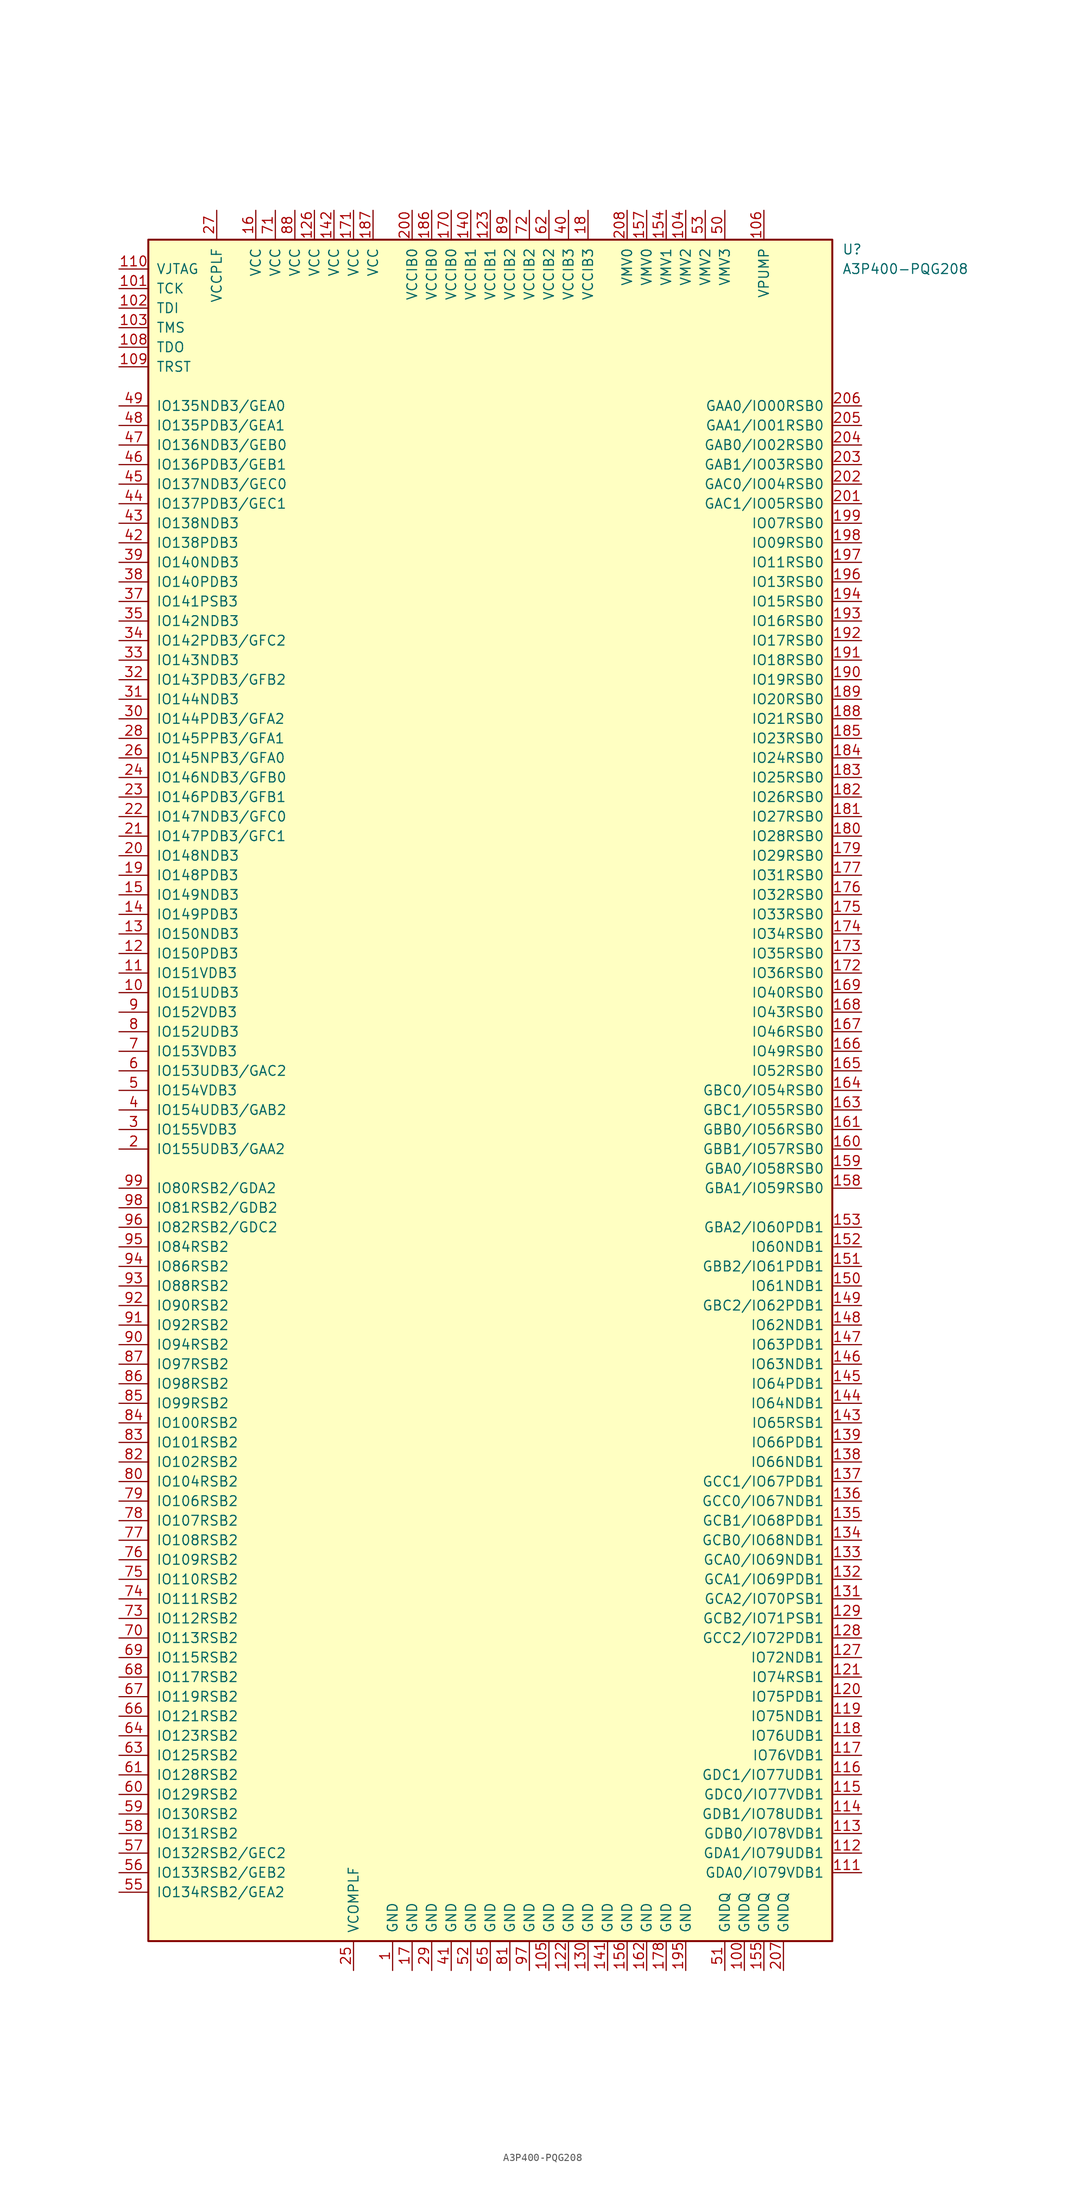
<source format=kicad_sym>
(kicad_symbol_lib
  (version 20241209)
  (generator "kicad_symbol_editor")
  (generator_version "9.0")
  (symbol "A3P400-PQG208"
    (pin_names
      (offset 1.016))
    (property "Reference" "U"
      (at 45.72 109.22 0)
      (effects (font (size 1.27 1.27)) (justify left)))
    (property "Value" "A3P400-PQG208"
      (at 45.72 106.68 0)
      (effects (font (size 1.27 1.27)) (justify left)))
    (symbol "A3P400-PQG208_1_0"
      (rectangle (start -44.45 -110.49) (end 44.45 110.49) (stroke (width 0.254) (type default)) (fill (type background))))
    (symbol "A3P400-PQG208_1_1"
      (pin power_in line (at -48.26 106.68 0) (length 3.81) (name "VJTAG" (effects (font (size 1.27 1.27)))) (number "110" (effects (font (size 1.27 1.27)))))
      (pin bidirectional line (at -48.26 104.14 0) (length 3.81) (name "TCK" (effects (font (size 1.27 1.27)))) (number "101" (effects (font (size 1.27 1.27)))))
      (pin bidirectional line (at -48.26 101.6 0) (length 3.81) (name "TDI" (effects (font (size 1.27 1.27)))) (number "102" (effects (font (size 1.27 1.27)))))
      (pin bidirectional line (at -48.26 99.06 0) (length 3.81) (name "TMS" (effects (font (size 1.27 1.27)))) (number "103" (effects (font (size 1.27 1.27)))))
      (pin bidirectional line (at -48.26 96.52 0) (length 3.81) (name "TDO" (effects (font (size 1.27 1.27)))) (number "108" (effects (font (size 1.27 1.27)))))
      (pin bidirectional line (at -48.26 93.98 0) (length 3.81) (name "TRST" (effects (font (size 1.27 1.27)))) (number "109" (effects (font (size 1.27 1.27)))))
      (pin bidirectional line (at -48.26 88.9 0) (length 3.81) (name "IO135NDB3/GEA0" (effects (font (size 1.27 1.27)))) (number "49" (effects (font (size 1.27 1.27)))))
      (pin bidirectional line (at -48.26 86.36 0) (length 3.81) (name "IO135PDB3/GEA1" (effects (font (size 1.27 1.27)))) (number "48" (effects (font (size 1.27 1.27)))))
      (pin bidirectional line (at -48.26 83.82 0) (length 3.81) (name "IO136NDB3/GEB0" (effects (font (size 1.27 1.27)))) (number "47" (effects (font (size 1.27 1.27)))))
      (pin bidirectional line (at -48.26 81.28 0) (length 3.81) (name "IO136PDB3/GEB1" (effects (font (size 1.27 1.27)))) (number "46" (effects (font (size 1.27 1.27)))))
      (pin bidirectional line (at -48.26 78.74 0) (length 3.81) (name "IO137NDB3/GEC0" (effects (font (size 1.27 1.27)))) (number "45" (effects (font (size 1.27 1.27)))))
      (pin bidirectional line (at -48.26 76.2 0) (length 3.81) (name "IO137PDB3/GEC1" (effects (font (size 1.27 1.27)))) (number "44" (effects (font (size 1.27 1.27)))))
      (pin bidirectional line (at -48.26 73.66 0) (length 3.81) (name "IO138NDB3" (effects (font (size 1.27 1.27)))) (number "43" (effects (font (size 1.27 1.27)))))
      (pin bidirectional line (at -48.26 71.12 0) (length 3.81) (name "IO138PDB3" (effects (font (size 1.27 1.27)))) (number "42" (effects (font (size 1.27 1.27)))))
      (pin bidirectional line (at -48.26 68.58 0) (length 3.81) (name "IO140NDB3" (effects (font (size 1.27 1.27)))) (number "39" (effects (font (size 1.27 1.27)))))
      (pin bidirectional line (at -48.26 66.04 0) (length 3.81) (name "IO140PDB3" (effects (font (size 1.27 1.27)))) (number "38" (effects (font (size 1.27 1.27)))))
      (pin bidirectional line (at -48.26 63.5 0) (length 3.81) (name "IO141PSB3" (effects (font (size 1.27 1.27)))) (number "37" (effects (font (size 1.27 1.27)))))
      (pin bidirectional line (at -48.26 60.96 0) (length 3.81) (name "IO142NDB3" (effects (font (size 1.27 1.27)))) (number "35" (effects (font (size 1.27 1.27)))))
      (pin bidirectional line (at -48.26 58.42 0) (length 3.81) (name "IO142PDB3/GFC2" (effects (font (size 1.27 1.27)))) (number "34" (effects (font (size 1.27 1.27)))))
      (pin bidirectional line (at -48.26 55.88 0) (length 3.81) (name "IO143NDB3" (effects (font (size 1.27 1.27)))) (number "33" (effects (font (size 1.27 1.27)))))
      (pin bidirectional line (at -48.26 53.34 0) (length 3.81) (name "IO143PDB3/GFB2" (effects (font (size 1.27 1.27)))) (number "32" (effects (font (size 1.27 1.27)))))
      (pin bidirectional line (at -48.26 50.8 0) (length 3.81) (name "IO144NDB3" (effects (font (size 1.27 1.27)))) (number "31" (effects (font (size 1.27 1.27)))))
      (pin bidirectional line (at -48.26 48.26 0) (length 3.81) (name "IO144PDB3/GFA2" (effects (font (size 1.27 1.27)))) (number "30" (effects (font (size 1.27 1.27)))))
      (pin bidirectional line (at -48.26 45.72 0) (length 3.81) (name "IO145PPB3/GFA1" (effects (font (size 1.27 1.27)))) (number "28" (effects (font (size 1.27 1.27)))))
      (pin bidirectional line (at -48.26 43.18 0) (length 3.81) (name "IO145NPB3/GFA0" (effects (font (size 1.27 1.27)))) (number "26" (effects (font (size 1.27 1.27)))))
      (pin bidirectional line (at -48.26 40.64 0) (length 3.81) (name "IO146NDB3/GFB0" (effects (font (size 1.27 1.27)))) (number "24" (effects (font (size 1.27 1.27)))))
      (pin bidirectional line (at -48.26 38.1 0) (length 3.81) (name "IO146PDB3/GFB1" (effects (font (size 1.27 1.27)))) (number "23" (effects (font (size 1.27 1.27)))))
      (pin bidirectional line (at -48.26 35.56 0) (length 3.81) (name "IO147NDB3/GFC0" (effects (font (size 1.27 1.27)))) (number "22" (effects (font (size 1.27 1.27)))))
      (pin bidirectional line (at -48.26 33.02 0) (length 3.81) (name "IO147PDB3/GFC1" (effects (font (size 1.27 1.27)))) (number "21" (effects (font (size 1.27 1.27)))))
      (pin bidirectional line (at -48.26 30.48 0) (length 3.81) (name "IO148NDB3" (effects (font (size 1.27 1.27)))) (number "20" (effects (font (size 1.27 1.27)))))
      (pin bidirectional line (at -48.26 27.94 0) (length 3.81) (name "IO148PDB3" (effects (font (size 1.27 1.27)))) (number "19" (effects (font (size 1.27 1.27)))))
      (pin bidirectional line (at -48.26 25.4 0) (length 3.81) (name "IO149NDB3" (effects (font (size 1.27 1.27)))) (number "15" (effects (font (size 1.27 1.27)))))
      (pin bidirectional line (at -48.26 22.86 0) (length 3.81) (name "IO149PDB3" (effects (font (size 1.27 1.27)))) (number "14" (effects (font (size 1.27 1.27)))))
      (pin bidirectional line (at -48.26 20.32 0) (length 3.81) (name "IO150NDB3" (effects (font (size 1.27 1.27)))) (number "13" (effects (font (size 1.27 1.27)))))
      (pin bidirectional line (at -48.26 17.78 0) (length 3.81) (name "IO150PDB3" (effects (font (size 1.27 1.27)))) (number "12" (effects (font (size 1.27 1.27)))))
      (pin bidirectional line (at -48.26 15.24 0) (length 3.81) (name "IO151VDB3" (effects (font (size 1.27 1.27)))) (number "11" (effects (font (size 1.27 1.27)))))
      (pin bidirectional line (at -48.26 12.7 0) (length 3.81) (name "IO151UDB3" (effects (font (size 1.27 1.27)))) (number "10" (effects (font (size 1.27 1.27)))))
      (pin bidirectional line (at -48.26 10.16 0) (length 3.81) (name "IO152VDB3" (effects (font (size 1.27 1.27)))) (number "9" (effects (font (size 1.27 1.27)))))
      (pin bidirectional line (at -48.26 7.62 0) (length 3.81) (name "IO152UDB3" (effects (font (size 1.27 1.27)))) (number "8" (effects (font (size 1.27 1.27)))))
      (pin bidirectional line (at -48.26 5.08 0) (length 3.81) (name "IO153VDB3" (effects (font (size 1.27 1.27)))) (number "7" (effects (font (size 1.27 1.27)))))
      (pin bidirectional line (at -48.26 2.54 0) (length 3.81) (name "IO153UDB3/GAC2" (effects (font (size 1.27 1.27)))) (number "6" (effects (font (size 1.27 1.27)))))
      (pin bidirectional line (at -48.26 0 0) (length 3.81) (name "IO154VDB3" (effects (font (size 1.27 1.27)))) (number "5" (effects (font (size 1.27 1.27)))))
      (pin bidirectional line (at -48.26 -2.54 0) (length 3.81) (name "IO154UDB3/GAB2" (effects (font (size 1.27 1.27)))) (number "4" (effects (font (size 1.27 1.27)))))
      (pin bidirectional line (at -48.26 -5.08 0) (length 3.81) (name "IO155VDB3" (effects (font (size 1.27 1.27)))) (number "3" (effects (font (size 1.27 1.27)))))
      (pin bidirectional line (at -48.26 -7.62 0) (length 3.81) (name "IO155UDB3/GAA2" (effects (font (size 1.27 1.27)))) (number "2" (effects (font (size 1.27 1.27)))))
      (pin bidirectional line (at -48.26 -12.7 0) (length 3.81) (name "IO80RSB2/GDA2" (effects (font (size 1.27 1.27)))) (number "99" (effects (font (size 1.27 1.27)))))
      (pin bidirectional line (at -48.26 -15.24 0) (length 3.81) (name "IO81RSB2/GDB2" (effects (font (size 1.27 1.27)))) (number "98" (effects (font (size 1.27 1.27)))))
      (pin bidirectional line (at -48.26 -17.78 0) (length 3.81) (name "IO82RSB2/GDC2" (effects (font (size 1.27 1.27)))) (number "96" (effects (font (size 1.27 1.27)))))
      (pin bidirectional line (at -48.26 -20.32 0) (length 3.81) (name "IO84RSB2" (effects (font (size 1.27 1.27)))) (number "95" (effects (font (size 1.27 1.27)))))
      (pin bidirectional line (at -48.26 -22.86 0) (length 3.81) (name "IO86RSB2" (effects (font (size 1.27 1.27)))) (number "94" (effects (font (size 1.27 1.27)))))
      (pin bidirectional line (at -48.26 -25.4 0) (length 3.81) (name "IO88RSB2" (effects (font (size 1.27 1.27)))) (number "93" (effects (font (size 1.27 1.27)))))
      (pin bidirectional line (at -48.26 -27.94 0) (length 3.81) (name "IO90RSB2" (effects (font (size 1.27 1.27)))) (number "92" (effects (font (size 1.27 1.27)))))
      (pin bidirectional line (at -48.26 -30.48 0) (length 3.81) (name "IO92RSB2" (effects (font (size 1.27 1.27)))) (number "91" (effects (font (size 1.27 1.27)))))
      (pin bidirectional line (at -48.26 -33.02 0) (length 3.81) (name "IO94RSB2" (effects (font (size 1.27 1.27)))) (number "90" (effects (font (size 1.27 1.27)))))
      (pin bidirectional line (at -48.26 -35.56 0) (length 3.81) (name "IO97RSB2" (effects (font (size 1.27 1.27)))) (number "87" (effects (font (size 1.27 1.27)))))
      (pin bidirectional line (at -48.26 -38.1 0) (length 3.81) (name "IO98RSB2" (effects (font (size 1.27 1.27)))) (number "86" (effects (font (size 1.27 1.27)))))
      (pin bidirectional line (at -48.26 -40.64 0) (length 3.81) (name "IO99RSB2" (effects (font (size 1.27 1.27)))) (number "85" (effects (font (size 1.27 1.27)))))
      (pin bidirectional line (at -48.26 -43.18 0) (length 3.81) (name "IO100RSB2" (effects (font (size 1.27 1.27)))) (number "84" (effects (font (size 1.27 1.27)))))
      (pin bidirectional line (at -48.26 -45.72 0) (length 3.81) (name "IO101RSB2" (effects (font (size 1.27 1.27)))) (number "83" (effects (font (size 1.27 1.27)))))
      (pin bidirectional line (at -48.26 -48.26 0) (length 3.81) (name "IO102RSB2" (effects (font (size 1.27 1.27)))) (number "82" (effects (font (size 1.27 1.27)))))
      (pin bidirectional line (at -48.26 -50.8 0) (length 3.81) (name "IO104RSB2" (effects (font (size 1.27 1.27)))) (number "80" (effects (font (size 1.27 1.27)))))
      (pin bidirectional line (at -48.26 -53.34 0) (length 3.81) (name "IO106RSB2" (effects (font (size 1.27 1.27)))) (number "79" (effects (font (size 1.27 1.27)))))
      (pin bidirectional line (at -48.26 -55.88 0) (length 3.81) (name "IO107RSB2" (effects (font (size 1.27 1.27)))) (number "78" (effects (font (size 1.27 1.27)))))
      (pin bidirectional line (at -48.26 -58.42 0) (length 3.81) (name "IO108RSB2" (effects (font (size 1.27 1.27)))) (number "77" (effects (font (size 1.27 1.27)))))
      (pin bidirectional line (at -48.26 -60.96 0) (length 3.81) (name "IO109RSB2" (effects (font (size 1.27 1.27)))) (number "76" (effects (font (size 1.27 1.27)))))
      (pin bidirectional line (at -48.26 -63.5 0) (length 3.81) (name "IO110RSB2" (effects (font (size 1.27 1.27)))) (number "75" (effects (font (size 1.27 1.27)))))
      (pin bidirectional line (at -48.26 -66.04 0) (length 3.81) (name "IO111RSB2" (effects (font (size 1.27 1.27)))) (number "74" (effects (font (size 1.27 1.27)))))
      (pin bidirectional line (at -48.26 -68.58 0) (length 3.81) (name "IO112RSB2" (effects (font (size 1.27 1.27)))) (number "73" (effects (font (size 1.27 1.27)))))
      (pin bidirectional line (at -48.26 -71.12 0) (length 3.81) (name "IO113RSB2" (effects (font (size 1.27 1.27)))) (number "70" (effects (font (size 1.27 1.27)))))
      (pin bidirectional line (at -48.26 -73.66 0) (length 3.81) (name "IO115RSB2" (effects (font (size 1.27 1.27)))) (number "69" (effects (font (size 1.27 1.27)))))
      (pin bidirectional line (at -48.26 -76.2 0) (length 3.81) (name "IO117RSB2" (effects (font (size 1.27 1.27)))) (number "68" (effects (font (size 1.27 1.27)))))
      (pin bidirectional line (at -48.26 -78.74 0) (length 3.81) (name "IO119RSB2" (effects (font (size 1.27 1.27)))) (number "67" (effects (font (size 1.27 1.27)))))
      (pin bidirectional line (at -48.26 -81.28 0) (length 3.81) (name "IO121RSB2" (effects (font (size 1.27 1.27)))) (number "66" (effects (font (size 1.27 1.27)))))
      (pin bidirectional line (at -48.26 -83.82 0) (length 3.81) (name "IO123RSB2" (effects (font (size 1.27 1.27)))) (number "64" (effects (font (size 1.27 1.27)))))
      (pin bidirectional line (at -48.26 -86.36 0) (length 3.81) (name "IO125RSB2" (effects (font (size 1.27 1.27)))) (number "63" (effects (font (size 1.27 1.27)))))
      (pin bidirectional line (at -48.26 -88.9 0) (length 3.81) (name "IO128RSB2" (effects (font (size 1.27 1.27)))) (number "61" (effects (font (size 1.27 1.27)))))
      (pin bidirectional line (at -48.26 -91.44 0) (length 3.81) (name "IO129RSB2" (effects (font (size 1.27 1.27)))) (number "60" (effects (font (size 1.27 1.27)))))
      (pin bidirectional line (at -48.26 -93.98 0) (length 3.81) (name "IO130RSB2" (effects (font (size 1.27 1.27)))) (number "59" (effects (font (size 1.27 1.27)))))
      (pin bidirectional line (at -48.26 -96.52 0) (length 3.81) (name "IO131RSB2" (effects (font (size 1.27 1.27)))) (number "58" (effects (font (size 1.27 1.27)))))
      (pin bidirectional line (at -48.26 -99.06 0) (length 3.81) (name "IO132RSB2/GEC2" (effects (font (size 1.27 1.27)))) (number "57" (effects (font (size 1.27 1.27)))))
      (pin bidirectional line (at -48.26 -101.6 0) (length 3.81) (name "IO133RSB2/GEB2" (effects (font (size 1.27 1.27)))) (number "56" (effects (font (size 1.27 1.27)))))
      (pin bidirectional line (at -48.26 -104.14 0) (length 3.81) (name "IO134RSB2/GEA2" (effects (font (size 1.27 1.27)))) (number "55" (effects (font (size 1.27 1.27)))))
      (pin power_in line (at -35.56 114.3 270) (length 3.81) (name "VCCPLF" (effects (font (size 1.27 1.27)))) (number "27" (effects (font (size 1.27 1.27)))))
      (pin power_in line (at -30.48 114.3 270) (length 3.81) (name "VCC" (effects (font (size 1.27 1.27)))) (number "16" (effects (font (size 1.27 1.27)))))
      (pin power_in line (at -27.94 114.3 270) (length 3.81) (name "VCC" (effects (font (size 1.27 1.27)))) (number "71" (effects (font (size 1.27 1.27)))))
      (pin power_in line (at -25.4 114.3 270) (length 3.81) (name "VCC" (effects (font (size 1.27 1.27)))) (number "88" (effects (font (size 1.27 1.27)))))
      (pin power_in line (at -22.86 114.3 270) (length 3.81) (name "VCC" (effects (font (size 1.27 1.27)))) (number "126" (effects (font (size 1.27 1.27)))))
      (pin power_in line (at -20.32 114.3 270) (length 3.81) (name "VCC" (effects (font (size 1.27 1.27)))) (number "142" (effects (font (size 1.27 1.27)))))
      (pin power_in line (at -17.78 114.3 270) (length 3.81) (name "VCC" (effects (font (size 1.27 1.27)))) (number "171" (effects (font (size 1.27 1.27)))))
      (pin power_in line (at -17.78 -114.3 90) (length 3.81) (name "VCOMPLF" (effects (font (size 1.27 1.27)))) (number "25" (effects (font (size 1.27 1.27)))))
      (pin power_in line (at -15.24 114.3 270) (length 3.81) (name "VCC" (effects (font (size 1.27 1.27)))) (number "187" (effects (font (size 1.27 1.27)))))
      (pin power_in line (at -12.7 -114.3 90) (length 3.81) (name "GND" (effects (font (size 1.27 1.27)))) (number "1" (effects (font (size 1.27 1.27)))))
      (pin power_in line (at -10.16 114.3 270) (length 3.81) (name "VCCIB0" (effects (font (size 1.27 1.27)))) (number "200" (effects (font (size 1.27 1.27)))))
      (pin power_in line (at -10.16 -114.3 90) (length 3.81) (name "GND" (effects (font (size 1.27 1.27)))) (number "17" (effects (font (size 1.27 1.27)))))
      (pin power_in line (at -7.62 114.3 270) (length 3.81) (name "VCCIB0" (effects (font (size 1.27 1.27)))) (number "186" (effects (font (size 1.27 1.27)))))
      (pin power_in line (at -7.62 -114.3 90) (length 3.81) (name "GND" (effects (font (size 1.27 1.27)))) (number "29" (effects (font (size 1.27 1.27)))))
      (pin power_in line (at -5.08 114.3 270) (length 3.81) (name "VCCIB0" (effects (font (size 1.27 1.27)))) (number "170" (effects (font (size 1.27 1.27)))))
      (pin power_in line (at -5.08 -114.3 90) (length 3.81) (name "GND" (effects (font (size 1.27 1.27)))) (number "41" (effects (font (size 1.27 1.27)))))
      (pin power_in line (at -2.54 114.3 270) (length 3.81) (name "VCCIB1" (effects (font (size 1.27 1.27)))) (number "140" (effects (font (size 1.27 1.27)))))
      (pin power_in line (at -2.54 -114.3 90) (length 3.81) (name "GND" (effects (font (size 1.27 1.27)))) (number "52" (effects (font (size 1.27 1.27)))))
      (pin power_in line (at 0 114.3 270) (length 3.81) (name "VCCIB1" (effects (font (size 1.27 1.27)))) (number "123" (effects (font (size 1.27 1.27)))))
      (pin power_in line (at 0 -114.3 90) (length 3.81) (name "GND" (effects (font (size 1.27 1.27)))) (number "65" (effects (font (size 1.27 1.27)))))
      (pin power_in line (at 2.54 114.3 270) (length 3.81) (name "VCCIB2" (effects (font (size 1.27 1.27)))) (number "89" (effects (font (size 1.27 1.27)))))
      (pin power_in line (at 2.54 -114.3 90) (length 3.81) (name "GND" (effects (font (size 1.27 1.27)))) (number "81" (effects (font (size 1.27 1.27)))))
      (pin power_in line (at 5.08 114.3 270) (length 3.81) (name "VCCIB2" (effects (font (size 1.27 1.27)))) (number "72" (effects (font (size 1.27 1.27)))))
      (pin power_in line (at 5.08 -114.3 90) (length 3.81) (name "GND" (effects (font (size 1.27 1.27)))) (number "97" (effects (font (size 1.27 1.27)))))
      (pin power_in line (at 7.62 114.3 270) (length 3.81) (name "VCCIB2" (effects (font (size 1.27 1.27)))) (number "62" (effects (font (size 1.27 1.27)))))
      (pin power_in line (at 7.62 -114.3 90) (length 3.81) (name "GND" (effects (font (size 1.27 1.27)))) (number "105" (effects (font (size 1.27 1.27)))))
      (pin power_in line (at 10.16 114.3 270) (length 3.81) (name "VCCIB3" (effects (font (size 1.27 1.27)))) (number "40" (effects (font (size 1.27 1.27)))))
      (pin power_in line (at 10.16 -114.3 90) (length 3.81) (name "GND" (effects (font (size 1.27 1.27)))) (number "122" (effects (font (size 1.27 1.27)))))
      (pin power_in line (at 12.7 114.3 270) (length 3.81) (name "VCCIB3" (effects (font (size 1.27 1.27)))) (number "18" (effects (font (size 1.27 1.27)))))
      (pin power_in line (at 12.7 -114.3 90) (length 3.81) (name "GND" (effects (font (size 1.27 1.27)))) (number "130" (effects (font (size 1.27 1.27)))))
      (pin power_in line (at 15.24 -114.3 90) (length 3.81) (name "GND" (effects (font (size 1.27 1.27)))) (number "141" (effects (font (size 1.27 1.27)))))
      (pin power_in line (at 17.78 114.3 270) (length 3.81) (name "VMV0" (effects (font (size 1.27 1.27)))) (number "208" (effects (font (size 1.27 1.27)))))
      (pin power_in line (at 17.78 -114.3 90) (length 3.81) (name "GND" (effects (font (size 1.27 1.27)))) (number "156" (effects (font (size 1.27 1.27)))))
      (pin power_in line (at 20.32 114.3 270) (length 3.81) (name "VMV0" (effects (font (size 1.27 1.27)))) (number "157" (effects (font (size 1.27 1.27)))))
      (pin power_in line (at 20.32 -114.3 90) (length 3.81) (name "GND" (effects (font (size 1.27 1.27)))) (number "162" (effects (font (size 1.27 1.27)))))
      (pin power_in line (at 22.86 114.3 270) (length 3.81) (name "VMV1" (effects (font (size 1.27 1.27)))) (number "154" (effects (font (size 1.27 1.27)))))
      (pin power_in line (at 22.86 -114.3 90) (length 3.81) (name "GND" (effects (font (size 1.27 1.27)))) (number "178" (effects (font (size 1.27 1.27)))))
      (pin power_in line (at 25.4 114.3 270) (length 3.81) (name "VMV2" (effects (font (size 1.27 1.27)))) (number "104" (effects (font (size 1.27 1.27)))))
      (pin power_in line (at 25.4 -114.3 90) (length 3.81) (name "GND" (effects (font (size 1.27 1.27)))) (number "195" (effects (font (size 1.27 1.27)))))
      (pin power_in line (at 27.94 114.3 270) (length 3.81) (name "VMV2" (effects (font (size 1.27 1.27)))) (number "53" (effects (font (size 1.27 1.27)))))
      (pin power_in line (at 30.48 114.3 270) (length 3.81) (name "VMV3" (effects (font (size 1.27 1.27)))) (number "50" (effects (font (size 1.27 1.27)))))
      (pin power_in line (at 30.48 -114.3 90) (length 3.81) (name "GNDQ" (effects (font (size 1.27 1.27)))) (number "51" (effects (font (size 1.27 1.27)))))
      (pin power_in line (at 33.02 -114.3 90) (length 3.81) (name "GNDQ" (effects (font (size 1.27 1.27)))) (number "100" (effects (font (size 1.27 1.27)))))
      (pin power_in line (at 35.56 114.3 270) (length 3.81) (name "VPUMP" (effects (font (size 1.27 1.27)))) (number "106" (effects (font (size 1.27 1.27)))))
      (pin power_in line (at 35.56 -114.3 90) (length 3.81) (name "GNDQ" (effects (font (size 1.27 1.27)))) (number "155" (effects (font (size 1.27 1.27)))))
      (pin power_in line (at 38.1 -114.3 90) (length 3.81) (name "GNDQ" (effects (font (size 1.27 1.27)))) (number "207" (effects (font (size 1.27 1.27)))))
      (pin bidirectional line (at 48.26 88.9 180) (length 3.81) (name "GAA0/IO00RSB0" (effects (font (size 1.27 1.27)))) (number "206" (effects (font (size 1.27 1.27)))))
      (pin bidirectional line (at 48.26 86.36 180) (length 3.81) (name "GAA1/IO01RSB0" (effects (font (size 1.27 1.27)))) (number "205" (effects (font (size 1.27 1.27)))))
      (pin bidirectional line (at 48.26 83.82 180) (length 3.81) (name "GAB0/IO02RSB0" (effects (font (size 1.27 1.27)))) (number "204" (effects (font (size 1.27 1.27)))))
      (pin bidirectional line (at 48.26 81.28 180) (length 3.81) (name "GAB1/IO03RSB0" (effects (font (size 1.27 1.27)))) (number "203" (effects (font (size 1.27 1.27)))))
      (pin bidirectional line (at 48.26 78.74 180) (length 3.81) (name "GAC0/IO04RSB0" (effects (font (size 1.27 1.27)))) (number "202" (effects (font (size 1.27 1.27)))))
      (pin bidirectional line (at 48.26 76.2 180) (length 3.81) (name "GAC1/IO05RSB0" (effects (font (size 1.27 1.27)))) (number "201" (effects (font (size 1.27 1.27)))))
      (pin bidirectional line (at 48.26 73.66 180) (length 3.81) (name "IO07RSB0" (effects (font (size 1.27 1.27)))) (number "199" (effects (font (size 1.27 1.27)))))
      (pin bidirectional line (at 48.26 71.12 180) (length 3.81) (name "IO09RSB0" (effects (font (size 1.27 1.27)))) (number "198" (effects (font (size 1.27 1.27)))))
      (pin bidirectional line (at 48.26 68.58 180) (length 3.81) (name "IO11RSB0" (effects (font (size 1.27 1.27)))) (number "197" (effects (font (size 1.27 1.27)))))
      (pin bidirectional line (at 48.26 66.04 180) (length 3.81) (name "IO13RSB0" (effects (font (size 1.27 1.27)))) (number "196" (effects (font (size 1.27 1.27)))))
      (pin bidirectional line (at 48.26 63.5 180) (length 3.81) (name "IO15RSB0" (effects (font (size 1.27 1.27)))) (number "194" (effects (font (size 1.27 1.27)))))
      (pin bidirectional line (at 48.26 60.96 180) (length 3.81) (name "IO16RSB0" (effects (font (size 1.27 1.27)))) (number "193" (effects (font (size 1.27 1.27)))))
      (pin bidirectional line (at 48.26 58.42 180) (length 3.81) (name "IO17RSB0" (effects (font (size 1.27 1.27)))) (number "192" (effects (font (size 1.27 1.27)))))
      (pin bidirectional line (at 48.26 55.88 180) (length 3.81) (name "IO18RSB0" (effects (font (size 1.27 1.27)))) (number "191" (effects (font (size 1.27 1.27)))))
      (pin bidirectional line (at 48.26 53.34 180) (length 3.81) (name "IO19RSB0" (effects (font (size 1.27 1.27)))) (number "190" (effects (font (size 1.27 1.27)))))
      (pin bidirectional line (at 48.26 50.8 180) (length 3.81) (name "IO20RSB0" (effects (font (size 1.27 1.27)))) (number "189" (effects (font (size 1.27 1.27)))))
      (pin bidirectional line (at 48.26 48.26 180) (length 3.81) (name "IO21RSB0" (effects (font (size 1.27 1.27)))) (number "188" (effects (font (size 1.27 1.27)))))
      (pin bidirectional line (at 48.26 45.72 180) (length 3.81) (name "IO23RSB0" (effects (font (size 1.27 1.27)))) (number "185" (effects (font (size 1.27 1.27)))))
      (pin bidirectional line (at 48.26 43.18 180) (length 3.81) (name "IO24RSB0" (effects (font (size 1.27 1.27)))) (number "184" (effects (font (size 1.27 1.27)))))
      (pin bidirectional line (at 48.26 40.64 180) (length 3.81) (name "IO25RSB0" (effects (font (size 1.27 1.27)))) (number "183" (effects (font (size 1.27 1.27)))))
      (pin bidirectional line (at 48.26 38.1 180) (length 3.81) (name "IO26RSB0" (effects (font (size 1.27 1.27)))) (number "182" (effects (font (size 1.27 1.27)))))
      (pin bidirectional line (at 48.26 35.56 180) (length 3.81) (name "IO27RSB0" (effects (font (size 1.27 1.27)))) (number "181" (effects (font (size 1.27 1.27)))))
      (pin bidirectional line (at 48.26 33.02 180) (length 3.81) (name "IO28RSB0" (effects (font (size 1.27 1.27)))) (number "180" (effects (font (size 1.27 1.27)))))
      (pin bidirectional line (at 48.26 30.48 180) (length 3.81) (name "IO29RSB0" (effects (font (size 1.27 1.27)))) (number "179" (effects (font (size 1.27 1.27)))))
      (pin bidirectional line (at 48.26 27.94 180) (length 3.81) (name "IO31RSB0" (effects (font (size 1.27 1.27)))) (number "177" (effects (font (size 1.27 1.27)))))
      (pin bidirectional line (at 48.26 25.4 180) (length 3.81) (name "IO32RSB0" (effects (font (size 1.27 1.27)))) (number "176" (effects (font (size 1.27 1.27)))))
      (pin bidirectional line (at 48.26 22.86 180) (length 3.81) (name "IO33RSB0" (effects (font (size 1.27 1.27)))) (number "175" (effects (font (size 1.27 1.27)))))
      (pin bidirectional line (at 48.26 20.32 180) (length 3.81) (name "IO34RSB0" (effects (font (size 1.27 1.27)))) (number "174" (effects (font (size 1.27 1.27)))))
      (pin bidirectional line (at 48.26 17.78 180) (length 3.81) (name "IO35RSB0" (effects (font (size 1.27 1.27)))) (number "173" (effects (font (size 1.27 1.27)))))
      (pin bidirectional line (at 48.26 15.24 180) (length 3.81) (name "IO36RSB0" (effects (font (size 1.27 1.27)))) (number "172" (effects (font (size 1.27 1.27)))))
      (pin bidirectional line (at 48.26 12.7 180) (length 3.81) (name "IO40RSB0" (effects (font (size 1.27 1.27)))) (number "169" (effects (font (size 1.27 1.27)))))
      (pin bidirectional line (at 48.26 10.16 180) (length 3.81) (name "IO43RSB0" (effects (font (size 1.27 1.27)))) (number "168" (effects (font (size 1.27 1.27)))))
      (pin bidirectional line (at 48.26 7.62 180) (length 3.81) (name "IO46RSB0" (effects (font (size 1.27 1.27)))) (number "167" (effects (font (size 1.27 1.27)))))
      (pin bidirectional line (at 48.26 5.08 180) (length 3.81) (name "IO49RSB0" (effects (font (size 1.27 1.27)))) (number "166" (effects (font (size 1.27 1.27)))))
      (pin bidirectional line (at 48.26 2.54 180) (length 3.81) (name "IO52RSB0" (effects (font (size 1.27 1.27)))) (number "165" (effects (font (size 1.27 1.27)))))
      (pin bidirectional line (at 48.26 0 180) (length 3.81) (name "GBC0/IO54RSB0" (effects (font (size 1.27 1.27)))) (number "164" (effects (font (size 1.27 1.27)))))
      (pin bidirectional line (at 48.26 -2.54 180) (length 3.81) (name "GBC1/IO55RSB0" (effects (font (size 1.27 1.27)))) (number "163" (effects (font (size 1.27 1.27)))))
      (pin bidirectional line (at 48.26 -5.08 180) (length 3.81) (name "GBB0/IO56RSB0" (effects (font (size 1.27 1.27)))) (number "161" (effects (font (size 1.27 1.27)))))
      (pin bidirectional line (at 48.26 -7.62 180) (length 3.81) (name "GBB1/IO57RSB0" (effects (font (size 1.27 1.27)))) (number "160" (effects (font (size 1.27 1.27)))))
      (pin bidirectional line (at 48.26 -10.16 180) (length 3.81) (name "GBA0/IO58RSB0" (effects (font (size 1.27 1.27)))) (number "159" (effects (font (size 1.27 1.27)))))
      (pin bidirectional line (at 48.26 -12.7 180) (length 3.81) (name "GBA1/IO59RSB0" (effects (font (size 1.27 1.27)))) (number "158" (effects (font (size 1.27 1.27)))))
      (pin bidirectional line (at 48.26 -17.78 180) (length 3.81) (name "GBA2/IO60PDB1" (effects (font (size 1.27 1.27)))) (number "153" (effects (font (size 1.27 1.27)))))
      (pin bidirectional line (at 48.26 -20.32 180) (length 3.81) (name "IO60NDB1" (effects (font (size 1.27 1.27)))) (number "152" (effects (font (size 1.27 1.27)))))
      (pin bidirectional line (at 48.26 -22.86 180) (length 3.81) (name "GBB2/IO61PDB1" (effects (font (size 1.27 1.27)))) (number "151" (effects (font (size 1.27 1.27)))))
      (pin bidirectional line (at 48.26 -25.4 180) (length 3.81) (name "IO61NDB1" (effects (font (size 1.27 1.27)))) (number "150" (effects (font (size 1.27 1.27)))))
      (pin bidirectional line (at 48.26 -27.94 180) (length 3.81) (name "GBC2/IO62PDB1" (effects (font (size 1.27 1.27)))) (number "149" (effects (font (size 1.27 1.27)))))
      (pin bidirectional line (at 48.26 -30.48 180) (length 3.81) (name "IO62NDB1" (effects (font (size 1.27 1.27)))) (number "148" (effects (font (size 1.27 1.27)))))
      (pin bidirectional line (at 48.26 -33.02 180) (length 3.81) (name "IO63PDB1" (effects (font (size 1.27 1.27)))) (number "147" (effects (font (size 1.27 1.27)))))
      (pin bidirectional line (at 48.26 -35.56 180) (length 3.81) (name "IO63NDB1" (effects (font (size 1.27 1.27)))) (number "146" (effects (font (size 1.27 1.27)))))
      (pin bidirectional line (at 48.26 -38.1 180) (length 3.81) (name "IO64PDB1" (effects (font (size 1.27 1.27)))) (number "145" (effects (font (size 1.27 1.27)))))
      (pin bidirectional line (at 48.26 -40.64 180) (length 3.81) (name "IO64NDB1" (effects (font (size 1.27 1.27)))) (number "144" (effects (font (size 1.27 1.27)))))
      (pin bidirectional line (at 48.26 -43.18 180) (length 3.81) (name "IO65RSB1" (effects (font (size 1.27 1.27)))) (number "143" (effects (font (size 1.27 1.27)))))
      (pin bidirectional line (at 48.26 -45.72 180) (length 3.81) (name "IO66PDB1" (effects (font (size 1.27 1.27)))) (number "139" (effects (font (size 1.27 1.27)))))
      (pin bidirectional line (at 48.26 -48.26 180) (length 3.81) (name "IO66NDB1" (effects (font (size 1.27 1.27)))) (number "138" (effects (font (size 1.27 1.27)))))
      (pin bidirectional line (at 48.26 -50.8 180) (length 3.81) (name "GCC1/IO67PDB1" (effects (font (size 1.27 1.27)))) (number "137" (effects (font (size 1.27 1.27)))))
      (pin bidirectional line (at 48.26 -53.34 180) (length 3.81) (name "GCC0/IO67NDB1" (effects (font (size 1.27 1.27)))) (number "136" (effects (font (size 1.27 1.27)))))
      (pin bidirectional line (at 48.26 -55.88 180) (length 3.81) (name "GCB1/IO68PDB1" (effects (font (size 1.27 1.27)))) (number "135" (effects (font (size 1.27 1.27)))))
      (pin bidirectional line (at 48.26 -58.42 180) (length 3.81) (name "GCB0/IO68NDB1" (effects (font (size 1.27 1.27)))) (number "134" (effects (font (size 1.27 1.27)))))
      (pin bidirectional line (at 48.26 -60.96 180) (length 3.81) (name "GCA0/IO69NDB1" (effects (font (size 1.27 1.27)))) (number "133" (effects (font (size 1.27 1.27)))))
      (pin bidirectional line (at 48.26 -63.5 180) (length 3.81) (name "GCA1/IO69PDB1" (effects (font (size 1.27 1.27)))) (number "132" (effects (font (size 1.27 1.27)))))
      (pin bidirectional line (at 48.26 -66.04 180) (length 3.81) (name "GCA2/IO70PSB1" (effects (font (size 1.27 1.27)))) (number "131" (effects (font (size 1.27 1.27)))))
      (pin bidirectional line (at 48.26 -68.58 180) (length 3.81) (name "GCB2/IO71PSB1" (effects (font (size 1.27 1.27)))) (number "129" (effects (font (size 1.27 1.27)))))
      (pin bidirectional line (at 48.26 -71.12 180) (length 3.81) (name "GCC2/IO72PDB1" (effects (font (size 1.27 1.27)))) (number "128" (effects (font (size 1.27 1.27)))))
      (pin bidirectional line (at 48.26 -73.66 180) (length 3.81) (name "IO72NDB1" (effects (font (size 1.27 1.27)))) (number "127" (effects (font (size 1.27 1.27)))))
      (pin bidirectional line (at 48.26 -76.2 180) (length 3.81) (name "IO74RSB1" (effects (font (size 1.27 1.27)))) (number "121" (effects (font (size 1.27 1.27)))))
      (pin bidirectional line (at 48.26 -78.74 180) (length 3.81) (name "IO75PDB1" (effects (font (size 1.27 1.27)))) (number "120" (effects (font (size 1.27 1.27)))))
      (pin bidirectional line (at 48.26 -81.28 180) (length 3.81) (name "IO75NDB1" (effects (font (size 1.27 1.27)))) (number "119" (effects (font (size 1.27 1.27)))))
      (pin bidirectional line (at 48.26 -83.82 180) (length 3.81) (name "IO76UDB1" (effects (font (size 1.27 1.27)))) (number "118" (effects (font (size 1.27 1.27)))))
      (pin bidirectional line (at 48.26 -86.36 180) (length 3.81) (name "IO76VDB1" (effects (font (size 1.27 1.27)))) (number "117" (effects (font (size 1.27 1.27)))))
      (pin bidirectional line (at 48.26 -88.9 180) (length 3.81) (name "GDC1/IO77UDB1" (effects (font (size 1.27 1.27)))) (number "116" (effects (font (size 1.27 1.27)))))
      (pin bidirectional line (at 48.26 -91.44 180) (length 3.81) (name "GDC0/IO77VDB1" (effects (font (size 1.27 1.27)))) (number "115" (effects (font (size 1.27 1.27)))))
      (pin bidirectional line (at 48.26 -93.98 180) (length 3.81) (name "GDB1/IO78UDB1" (effects (font (size 1.27 1.27)))) (number "114" (effects (font (size 1.27 1.27)))))
      (pin bidirectional line (at 48.26 -96.52 180) (length 3.81) (name "GDB0/IO78VDB1" (effects (font (size 1.27 1.27)))) (number "113" (effects (font (size 1.27 1.27)))))
      (pin bidirectional line (at 48.26 -99.06 180) (length 3.81) (name "GDA1/IO79UDB1" (effects (font (size 1.27 1.27)))) (number "112" (effects (font (size 1.27 1.27)))))
      (pin bidirectional line (at 48.26 -101.6 180) (length 3.81) (name "GDA0/IO79VDB1" (effects (font (size 1.27 1.27)))) (number "111" (effects (font (size 1.27 1.27))))))))
</source>
